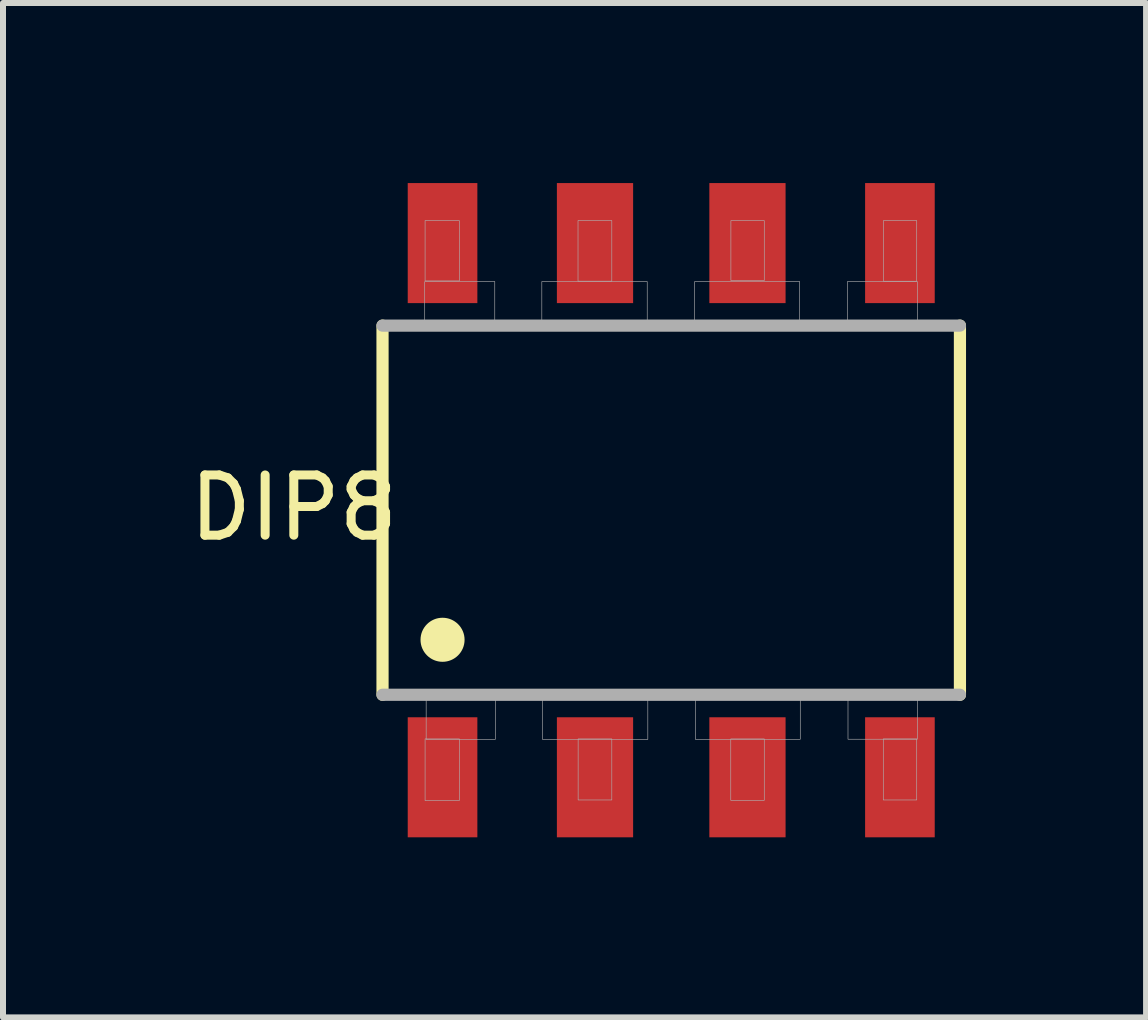
<source format=kicad_pcb>
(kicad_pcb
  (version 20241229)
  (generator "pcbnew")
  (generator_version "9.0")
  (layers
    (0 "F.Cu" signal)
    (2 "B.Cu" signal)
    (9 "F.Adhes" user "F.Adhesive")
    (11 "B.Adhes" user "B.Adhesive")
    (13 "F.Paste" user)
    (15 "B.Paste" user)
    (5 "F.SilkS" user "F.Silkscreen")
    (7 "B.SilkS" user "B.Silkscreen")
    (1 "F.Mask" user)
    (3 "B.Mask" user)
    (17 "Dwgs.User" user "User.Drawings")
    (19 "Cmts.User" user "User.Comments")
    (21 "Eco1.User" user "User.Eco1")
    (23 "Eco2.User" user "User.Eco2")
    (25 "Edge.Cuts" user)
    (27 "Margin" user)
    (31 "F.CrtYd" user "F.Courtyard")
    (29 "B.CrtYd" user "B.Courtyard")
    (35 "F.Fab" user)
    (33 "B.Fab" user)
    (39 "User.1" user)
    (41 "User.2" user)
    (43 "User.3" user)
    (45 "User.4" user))
  (footprint "DIP8"
    (layer "F.Cu")
    (at 8.133 5.45)
    (property "Reference" "DIP8" (at -6.288 -0.04 180) (layer "F.SilkS") (effects (font (size 1.003 1.003) (thickness 0.15))))
    (attr through_hole)
    (fp_line (start -4.81 -3.075) (end -4.81 3.075) (stroke (width 0.203) (type solid)) (layer "F.SilkS"))
    (fp_line (start 4.81 3.075) (end 4.81 -3.075) (stroke (width 0.203) (type solid)) (layer "F.SilkS"))
    (fp_circle (center -3.81 2.159) (end -3.443 2.159) (stroke (width 0) (type solid)) (fill yes) (layer "F.SilkS"))
    (fp_line (start -4.81 3.075) (end 4.81 3.075) (stroke (width 0.203) (type solid)) (layer "F.Fab"))
    (fp_line (start 4.81 -3.075) (end -4.81 -3.075) (stroke (width 0.203) (type solid)) (layer "F.Fab"))
    (fp_poly (pts (xy -4.107 -3.81) (xy -2.94 -3.81) (xy -2.94 -3.105) (xy -4.107 -3.105)) (stroke (width 0.01) (type solid)) (fill no) (layer "F.Fab"))
    (fp_poly (pts (xy -4.101 -4.825) (xy -3.53 -4.825) (xy -3.53 -3.82) (xy -4.101 -3.82)) (stroke (width 0.01) (type solid)) (fill no) (layer "F.Fab"))
    (fp_poly (pts (xy -4.101 3.81) (xy -3.53 3.81) (xy -3.53 4.838) (xy -4.101 4.838)) (stroke (width 0.01) (type solid)) (fill no) (layer "F.Fab"))
    (fp_poly (pts (xy -4.083 3.1) (xy -2.93 3.1) (xy -2.93 3.818) (xy -4.083 3.818)) (stroke (width 0.01) (type solid)) (fill no) (layer "F.Fab"))
    (fp_poly (pts (xy -2.156 -3.81) (xy -0.4 -3.81) (xy -0.4 -3.109) (xy -2.156 -3.109)) (stroke (width 0.01) (type solid)) (fill no) (layer "F.Fab"))
    (fp_poly (pts (xy -2.145 3.1) (xy -0.39 3.1) (xy -0.39 3.819) (xy -2.145 3.819)) (stroke (width 0.01) (type solid)) (fill no) (layer "F.Fab"))
    (fp_poly (pts (xy -1.553 -4.825) (xy -0.99 -4.825) (xy -0.99 -3.816) (xy -1.553 -3.816)) (stroke (width 0.01) (type solid)) (fill no) (layer "F.Fab"))
    (fp_poly (pts (xy -1.551 3.81) (xy -0.99 3.81) (xy -0.99 4.828) (xy -1.551 4.828)) (stroke (width 0.01) (type solid)) (fill no) (layer "F.Fab"))
    (fp_poly (pts (xy 0.39 -3.81) (xy 2.14 -3.81) (xy 2.14 -3.102) (xy 0.39 -3.102)) (stroke (width 0.01) (type solid)) (fill no) (layer "F.Fab"))
    (fp_poly (pts (xy 0.401 3.1) (xy 2.15 3.1) (xy 2.15 3.817) (xy 0.401 3.817)) (stroke (width 0.01) (type solid)) (fill no) (layer "F.Fab"))
    (fp_poly (pts (xy 0.992 3.81) (xy 1.55 3.81) (xy 1.55 4.835) (xy 0.992 4.835)) (stroke (width 0.01) (type solid)) (fill no) (layer "F.Fab"))
    (fp_poly (pts (xy 0.994 -4.825) (xy 1.55 -4.825) (xy 1.55 -3.824) (xy 0.994 -3.824)) (stroke (width 0.01) (type solid)) (fill no) (layer "F.Fab"))
    (fp_poly (pts (xy 2.936 -3.81) (xy 4.1 -3.81) (xy 4.1 -3.106) (xy 2.936 -3.106)) (stroke (width 0.01) (type solid)) (fill no) (layer "F.Fab"))
    (fp_poly (pts (xy 2.945 3.1) (xy 4.1 3.1) (xy 4.1 3.816) (xy 2.945 3.816)) (stroke (width 0.01) (type solid)) (fill no) (layer "F.Fab"))
    (fp_poly (pts (xy 3.533 3.81) (xy 4.09 3.81) (xy 4.09 4.828) (xy 3.533 4.828)) (stroke (width 0.01) (type solid)) (fill no) (layer "F.Fab"))
    (fp_poly (pts (xy 3.535 -4.825) (xy 4.09 -4.825) (xy 4.09 -3.815) (xy 3.535 -3.815)) (stroke (width 0.01) (type solid)) (fill no) (layer "F.Fab"))
    (pad "1" smd rect (at -3.81 4.45) (size 1.16 2) (layers "F.Cu" "F.Mask" "F.Paste"))
    (pad "2" smd rect (at -1.27 4.45) (size 1.27 2) (layers "F.Cu" "F.Mask" "F.Paste"))
    (pad "3" smd rect (at 1.27 4.45) (size 1.27 2) (layers "F.Cu" "F.Mask" "F.Paste"))
    (pad "4" smd rect (at 3.81 4.45) (size 1.16 2) (layers "F.Cu" "F.Mask" "F.Paste"))
    (pad "5" smd rect (at 3.81 -4.45) (size 1.16 2) (layers "F.Cu" "F.Mask" "F.Paste"))
    (pad "6" smd rect (at 1.27 -4.45) (size 1.27 2) (layers "F.Cu" "F.Mask" "F.Paste"))
    (pad "7" smd rect (at -1.27 -4.45) (size 1.27 2) (layers "F.Cu" "F.Mask" "F.Paste"))
    (pad "8" smd rect (at -3.81 -4.45) (size 1.16 2) (layers "F.Cu" "F.Mask" "F.Paste")))
  (gr_rect
    (start -3 -3)
    (end 16.044 13.9)
    (stroke (width 0.1) (type default))
    (fill no)
    (layer "Edge.Cuts")))
</source>
